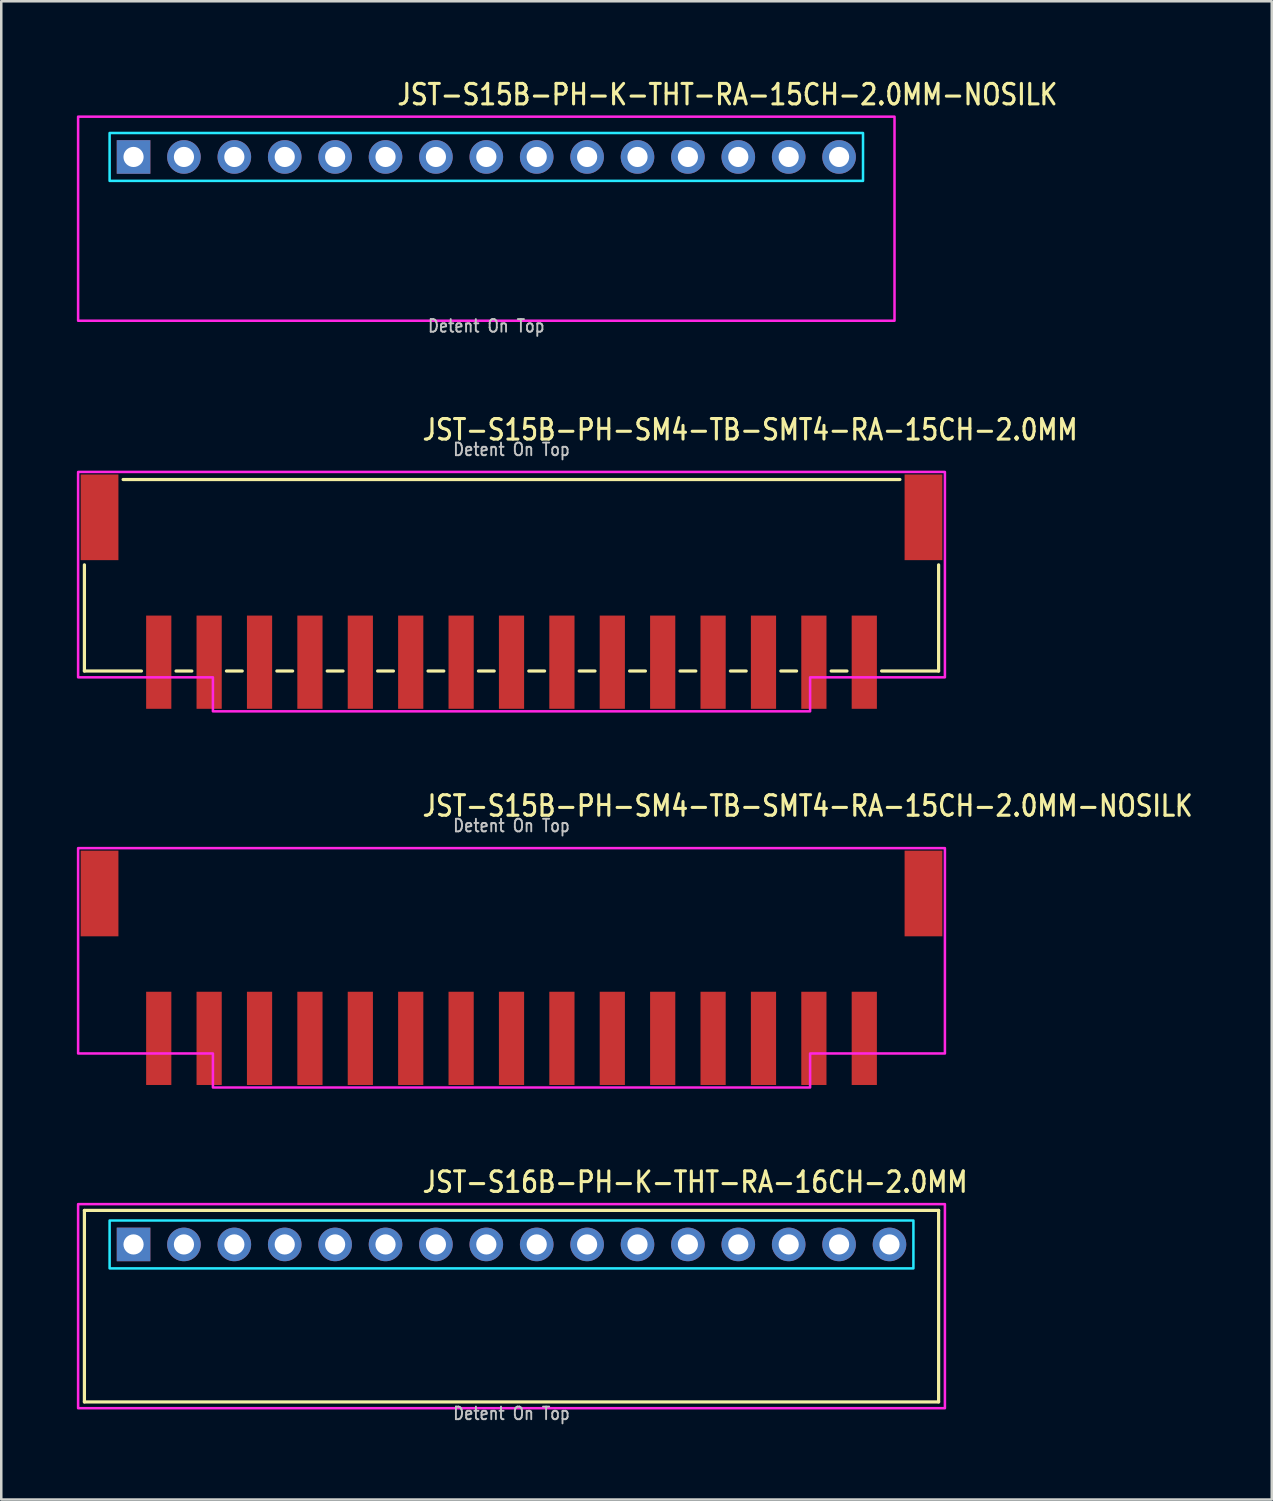
<source format=kicad_pcb>
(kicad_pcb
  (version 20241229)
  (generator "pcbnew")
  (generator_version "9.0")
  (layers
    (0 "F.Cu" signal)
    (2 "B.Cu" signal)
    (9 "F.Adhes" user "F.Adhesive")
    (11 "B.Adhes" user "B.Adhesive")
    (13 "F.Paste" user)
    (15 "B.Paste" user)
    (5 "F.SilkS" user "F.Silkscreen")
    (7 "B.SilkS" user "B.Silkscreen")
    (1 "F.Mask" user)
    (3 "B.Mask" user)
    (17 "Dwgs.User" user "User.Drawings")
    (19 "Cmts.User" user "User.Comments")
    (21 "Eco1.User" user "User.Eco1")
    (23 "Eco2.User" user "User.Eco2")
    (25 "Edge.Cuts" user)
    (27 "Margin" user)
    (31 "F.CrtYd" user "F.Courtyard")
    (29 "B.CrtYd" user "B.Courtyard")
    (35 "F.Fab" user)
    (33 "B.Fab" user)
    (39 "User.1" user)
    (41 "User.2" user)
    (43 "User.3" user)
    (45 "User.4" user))
  (footprint "JST-S15B-PH-K-THT-RA-15CH-2.0MM-NOSILK"
    (layer "F.Cu")
    (at 16.25 3.179)
    (property "Reference" "JST-S15B-PH-K-THT-RA-15CH-2.0MM-NOSILK" (at -3.6 -2 0) (unlocked yes) (layer "F.SilkS") (effects (font (size 0.813 0.695) (thickness 0.122)) (justify left bottom)))
    (fp_poly (pts (xy -14.95 -0.95) (xy -14.95 0.95) (xy 14.95 0.95) (xy 14.95 -0.95)) (stroke (width 0.1) (type solid)) (fill no) (layer "B.CrtYd"))
    (fp_poly (pts (xy -16.2 -1.6) (xy -16.2 6.5) (xy 16.2 6.5) (xy 16.2 -1.6)) (stroke (width 0.1) (type solid)) (fill no) (layer "F.CrtYd"))
    (fp_text user "Detent On Top" (at 0 7 0) (unlocked yes) (layer "Dwgs.User") (effects (font (size 0.5 0.427) (thickness 0.075)) (justify bottom)))
    (pad "P$1" thru_hole rect (at -14 0) (size 1.333 1.333) (drill 0.8) (layers "*.Cu" "*.Mask"))
    (pad "P$2" thru_hole oval (at -12 0) (size 1.333 1.333) (drill 0.8) (layers "*.Cu" "*.Mask"))
    (pad "P$3" thru_hole oval (at -10 0) (size 1.333 1.333) (drill 0.8) (layers "*.Cu" "*.Mask"))
    (pad "P$4" thru_hole oval (at -8 0) (size 1.333 1.333) (drill 0.8) (layers "*.Cu" "*.Mask"))
    (pad "P$5" thru_hole oval (at -6 0) (size 1.333 1.333) (drill 0.8) (layers "*.Cu" "*.Mask"))
    (pad "P$6" thru_hole oval (at -4 0) (size 1.333 1.333) (drill 0.8) (layers "*.Cu" "*.Mask"))
    (pad "P$7" thru_hole oval (at -2 0) (size 1.333 1.333) (drill 0.8) (layers "*.Cu" "*.Mask"))
    (pad "P$8" thru_hole oval (at 0 0) (size 1.333 1.333) (drill 0.8) (layers "*.Cu" "*.Mask"))
    (pad "P$9" thru_hole oval (at 2 0) (size 1.333 1.333) (drill 0.8) (layers "*.Cu" "*.Mask"))
    (pad "P$10" thru_hole oval (at 4 0) (size 1.333 1.333) (drill 0.8) (layers "*.Cu" "*.Mask"))
    (pad "P$11" thru_hole oval (at 6 0) (size 1.333 1.333) (drill 0.8) (layers "*.Cu" "*.Mask"))
    (pad "P$12" thru_hole oval (at 8 0) (size 1.333 1.333) (drill 0.8) (layers "*.Cu" "*.Mask"))
    (pad "P$13" thru_hole oval (at 10 0) (size 1.333 1.333) (drill 0.8) (layers "*.Cu" "*.Mask"))
    (pad "P$14" thru_hole oval (at 12 0) (size 1.333 1.333) (drill 0.8) (layers "*.Cu" "*.Mask"))
    (pad "P$15" thru_hole oval (at 14 0) (size 1.333 1.333) (drill 0.8) (layers "*.Cu" "*.Mask")))
  (footprint "JST-S15B-PH-SM4-TB-SMT4-RA-15CH-2.0MM-NOSILK"
    (layer "F.Cu")
    (at 17.25 32.409)
    (property "Reference" "JST-S15B-PH-SM4-TB-SMT4-RA-15CH-2.0MM-NOSILK" (at -3.6 -3 0) (unlocked yes) (layer "F.SilkS") (effects (font (size 0.813 0.695) (thickness 0.122)) (justify left bottom)))
    (fp_poly (pts (xy -17.2 -1.8) (xy -17.2 6.35) (xy -11.85 6.35) (xy -11.85 7.7) (xy 11.85 7.7) (xy 11.85 6.35) (xy 17.2 6.35) (xy 17.2 -1.8)) (stroke (width 0.1) (type solid)) (fill no) (layer "F.CrtYd"))
    (fp_text user "Detent On Top" (at 0 -2.4 0) (unlocked yes) (layer "Dwgs.User") (effects (font (size 0.5 0.427) (thickness 0.075)) (justify bottom)))
    (pad "P$1" smd rect (at 14 5.75) (size 1 3.7) (layers "F.Cu" "F.Mask" "F.Paste"))
    (pad "P$2" smd rect (at 12 5.75) (size 1 3.7) (layers "F.Cu" "F.Mask" "F.Paste"))
    (pad "P$3" smd rect (at 10 5.75) (size 1 3.7) (layers "F.Cu" "F.Mask" "F.Paste"))
    (pad "P$4" smd rect (at 8 5.75) (size 1 3.7) (layers "F.Cu" "F.Mask" "F.Paste"))
    (pad "P$5" smd rect (at 6 5.75) (size 1 3.7) (layers "F.Cu" "F.Mask" "F.Paste"))
    (pad "P$6" smd rect (at 4 5.75) (size 1 3.7) (layers "F.Cu" "F.Mask" "F.Paste"))
    (pad "P$7" smd rect (at 2 5.75) (size 1 3.7) (layers "F.Cu" "F.Mask" "F.Paste"))
    (pad "P$8" smd rect (at 0 5.75) (size 1 3.7) (layers "F.Cu" "F.Mask" "F.Paste"))
    (pad "P$9" smd rect (at -2 5.75) (size 1 3.7) (layers "F.Cu" "F.Mask" "F.Paste"))
    (pad "P$10" smd rect (at -4 5.75) (size 1 3.7) (layers "F.Cu" "F.Mask" "F.Paste"))
    (pad "P$11" smd rect (at -6 5.75) (size 1 3.7) (layers "F.Cu" "F.Mask" "F.Paste"))
    (pad "P$12" smd rect (at -8 5.75) (size 1 3.7) (layers "F.Cu" "F.Mask" "F.Paste"))
    (pad "P$13" smd rect (at -10 5.75) (size 1 3.7) (layers "F.Cu" "F.Mask" "F.Paste"))
    (pad "P$14" smd rect (at -12 5.75) (size 1 3.7) (layers "F.Cu" "F.Mask" "F.Paste"))
    (pad "P$15" smd rect (at -14 5.75) (size 1 3.7) (layers "F.Cu" "F.Mask" "F.Paste"))
    (pad "S$1" smd rect (at -16.35 0) (size 1.5 3.4) (layers "F.Cu" "F.Mask" "F.Paste"))
    (pad "S$2" smd rect (at 16.35 0) (size 1.5 3.4) (layers "F.Cu" "F.Mask" "F.Paste")))
  (footprint "JST-S16B-PH-K-THT-RA-16CH-2.0MM"
    (layer "F.Cu")
    (at 17.25 46.337)
    (property "Reference" "JST-S16B-PH-K-THT-RA-16CH-2.0MM" (at -3.6 -2 0) (unlocked yes) (layer "F.SilkS") (effects (font (size 0.813 0.695) (thickness 0.122)) (justify left bottom)))
    (fp_line (start -16.95 -1.35) (end 16.95 -1.35) (stroke (width 0.127) (type solid)) (layer "F.SilkS"))
    (fp_line (start -16.95 6.25) (end -16.95 -1.35) (stroke (width 0.127) (type solid)) (layer "F.SilkS"))
    (fp_line (start -16.95 6.25) (end 16.95 6.25) (stroke (width 0.127) (type solid)) (layer "F.SilkS"))
    (fp_line (start 16.95 -1.35) (end 16.95 6.25) (stroke (width 0.127) (type solid)) (layer "F.SilkS"))
    (fp_poly (pts (xy -15.95 -0.95) (xy -15.95 0.95) (xy 15.95 0.95) (xy 15.95 -0.95)) (stroke (width 0.1) (type solid)) (fill no) (layer "B.CrtYd"))
    (fp_poly (pts (xy -17.2 -1.6) (xy -17.2 6.5) (xy 17.2 6.5) (xy 17.2 -1.6)) (stroke (width 0.1) (type solid)) (fill no) (layer "F.CrtYd"))
    (fp_text user "Detent On Top" (at 0 7 0) (unlocked yes) (layer "Dwgs.User") (effects (font (size 0.5 0.427) (thickness 0.075)) (justify bottom)))
    (pad "P$1" thru_hole rect (at -15 0) (size 1.333 1.333) (drill 0.8) (layers "*.Cu" "*.Mask"))
    (pad "P$2" thru_hole oval (at -13 0) (size 1.333 1.333) (drill 0.8) (layers "*.Cu" "*.Mask"))
    (pad "P$3" thru_hole oval (at -11 0) (size 1.333 1.333) (drill 0.8) (layers "*.Cu" "*.Mask"))
    (pad "P$4" thru_hole oval (at -9 0) (size 1.333 1.333) (drill 0.8) (layers "*.Cu" "*.Mask"))
    (pad "P$5" thru_hole oval (at -7 0) (size 1.333 1.333) (drill 0.8) (layers "*.Cu" "*.Mask"))
    (pad "P$6" thru_hole oval (at -5 0) (size 1.333 1.333) (drill 0.8) (layers "*.Cu" "*.Mask"))
    (pad "P$7" thru_hole oval (at -3 0) (size 1.333 1.333) (drill 0.8) (layers "*.Cu" "*.Mask"))
    (pad "P$8" thru_hole oval (at -1 0) (size 1.333 1.333) (drill 0.8) (layers "*.Cu" "*.Mask"))
    (pad "P$9" thru_hole oval (at 1 0) (size 1.333 1.333) (drill 0.8) (layers "*.Cu" "*.Mask"))
    (pad "P$10" thru_hole oval (at 3 0) (size 1.333 1.333) (drill 0.8) (layers "*.Cu" "*.Mask"))
    (pad "P$11" thru_hole oval (at 5 0) (size 1.333 1.333) (drill 0.8) (layers "*.Cu" "*.Mask"))
    (pad "P$12" thru_hole oval (at 7 0) (size 1.333 1.333) (drill 0.8) (layers "*.Cu" "*.Mask"))
    (pad "P$13" thru_hole oval (at 9 0) (size 1.333 1.333) (drill 0.8) (layers "*.Cu" "*.Mask"))
    (pad "P$14" thru_hole oval (at 11 0) (size 1.333 1.333) (drill 0.8) (layers "*.Cu" "*.Mask"))
    (pad "P$15" thru_hole oval (at 13 0) (size 1.333 1.333) (drill 0.8) (layers "*.Cu" "*.Mask"))
    (pad "P$16" thru_hole oval (at 15 0) (size 1.333 1.333) (drill 0.8) (layers "*.Cu" "*.Mask")))
  (footprint "JST-S15B-PH-SM4-TB-SMT4-RA-15CH-2.0MM"
    (layer "F.Cu")
    (at 17.25 17.48)
    (property "Reference" "JST-S15B-PH-SM4-TB-SMT4-RA-15CH-2.0MM" (at -3.6 -3 0) (unlocked yes) (layer "F.SilkS") (effects (font (size 0.813 0.695) (thickness 0.122)) (justify left bottom)))
    (fp_line (start -16.95 6.1) (end -16.95 1.887) (stroke (width 0.127) (type solid)) (layer "F.SilkS"))
    (fp_line (start -16.95 6.1) (end -14.687 6.1) (stroke (width 0.127) (type solid)) (layer "F.SilkS"))
    (fp_line (start -15.414 -1.5) (end 15.414 -1.5) (stroke (width 0.127) (type solid)) (layer "F.SilkS"))
    (fp_line (start -13.313 6.1) (end -12.687 6.1) (stroke (width 0.127) (type solid)) (layer "F.SilkS"))
    (fp_line (start -11.313 6.1) (end -10.687 6.1) (stroke (width 0.127) (type solid)) (layer "F.SilkS"))
    (fp_line (start -9.313 6.1) (end -8.687 6.1) (stroke (width 0.127) (type solid)) (layer "F.SilkS"))
    (fp_line (start -7.314 6.1) (end -6.686 6.1) (stroke (width 0.127) (type solid)) (layer "F.SilkS"))
    (fp_line (start -5.314 6.1) (end -4.686 6.1) (stroke (width 0.127) (type solid)) (layer "F.SilkS"))
    (fp_line (start -3.313 6.1) (end -2.687 6.1) (stroke (width 0.127) (type solid)) (layer "F.SilkS"))
    (fp_line (start -1.313 6.1) (end -0.686 6.1) (stroke (width 0.127) (type solid)) (layer "F.SilkS"))
    (fp_line (start 0.686 6.1) (end 1.313 6.1) (stroke (width 0.127) (type solid)) (layer "F.SilkS"))
    (fp_line (start 2.687 6.1) (end 3.313 6.1) (stroke (width 0.127) (type solid)) (layer "F.SilkS"))
    (fp_line (start 4.686 6.1) (end 5.314 6.1) (stroke (width 0.127) (type solid)) (layer "F.SilkS"))
    (fp_line (start 6.686 6.1) (end 7.314 6.1) (stroke (width 0.127) (type solid)) (layer "F.SilkS"))
    (fp_line (start 8.687 6.1) (end 9.313 6.1) (stroke (width 0.127) (type solid)) (layer "F.SilkS"))
    (fp_line (start 10.687 6.1) (end 11.313 6.1) (stroke (width 0.127) (type solid)) (layer "F.SilkS"))
    (fp_line (start 12.687 6.1) (end 13.313 6.1) (stroke (width 0.127) (type solid)) (layer "F.SilkS"))
    (fp_line (start 14.687 6.1) (end 16.95 6.1) (stroke (width 0.127) (type solid)) (layer "F.SilkS"))
    (fp_line (start 16.95 1.887) (end 16.95 6.1) (stroke (width 0.127) (type solid)) (layer "F.SilkS"))
    (fp_poly (pts (xy -17.2 -1.8) (xy -17.2 6.35) (xy -11.85 6.35) (xy -11.85 7.7) (xy 11.85 7.7) (xy 11.85 6.35) (xy 17.2 6.35) (xy 17.2 -1.8)) (stroke (width 0.1) (type solid)) (fill no) (layer "F.CrtYd"))
    (fp_text user "Detent On Top" (at 0 -2.4 0) (unlocked yes) (layer "Dwgs.User") (effects (font (size 0.5 0.427) (thickness 0.075)) (justify bottom)))
    (pad "P$1" smd rect (at 14 5.75) (size 1 3.7) (layers "F.Cu" "F.Mask" "F.Paste"))
    (pad "P$2" smd rect (at 12 5.75) (size 1 3.7) (layers "F.Cu" "F.Mask" "F.Paste"))
    (pad "P$3" smd rect (at 10 5.75) (size 1 3.7) (layers "F.Cu" "F.Mask" "F.Paste"))
    (pad "P$4" smd rect (at 8 5.75) (size 1 3.7) (layers "F.Cu" "F.Mask" "F.Paste"))
    (pad "P$5" smd rect (at 6 5.75) (size 1 3.7) (layers "F.Cu" "F.Mask" "F.Paste"))
    (pad "P$6" smd rect (at 4 5.75) (size 1 3.7) (layers "F.Cu" "F.Mask" "F.Paste"))
    (pad "P$7" smd rect (at 2 5.75) (size 1 3.7) (layers "F.Cu" "F.Mask" "F.Paste"))
    (pad "P$8" smd rect (at 0 5.75) (size 1 3.7) (layers "F.Cu" "F.Mask" "F.Paste"))
    (pad "P$9" smd rect (at -2 5.75) (size 1 3.7) (layers "F.Cu" "F.Mask" "F.Paste"))
    (pad "P$10" smd rect (at -4 5.75) (size 1 3.7) (layers "F.Cu" "F.Mask" "F.Paste"))
    (pad "P$11" smd rect (at -6 5.75) (size 1 3.7) (layers "F.Cu" "F.Mask" "F.Paste"))
    (pad "P$12" smd rect (at -8 5.75) (size 1 3.7) (layers "F.Cu" "F.Mask" "F.Paste"))
    (pad "P$13" smd rect (at -10 5.75) (size 1 3.7) (layers "F.Cu" "F.Mask" "F.Paste"))
    (pad "P$14" smd rect (at -12 5.75) (size 1 3.7) (layers "F.Cu" "F.Mask" "F.Paste"))
    (pad "P$15" smd rect (at -14 5.75) (size 1 3.7) (layers "F.Cu" "F.Mask" "F.Paste"))
    (pad "S$1" smd rect (at -16.35 0) (size 1.5 3.4) (layers "F.Cu" "F.Mask" "F.Paste"))
    (pad "S$2" smd rect (at 16.35 0) (size 1.5 3.4) (layers "F.Cu" "F.Mask" "F.Paste")))
  (gr_rect
    (start -3 -3)
    (end 47.421 56.461)
    (stroke (width 0.1) (type default))
    (fill no)
    (layer "Edge.Cuts")))
</source>
